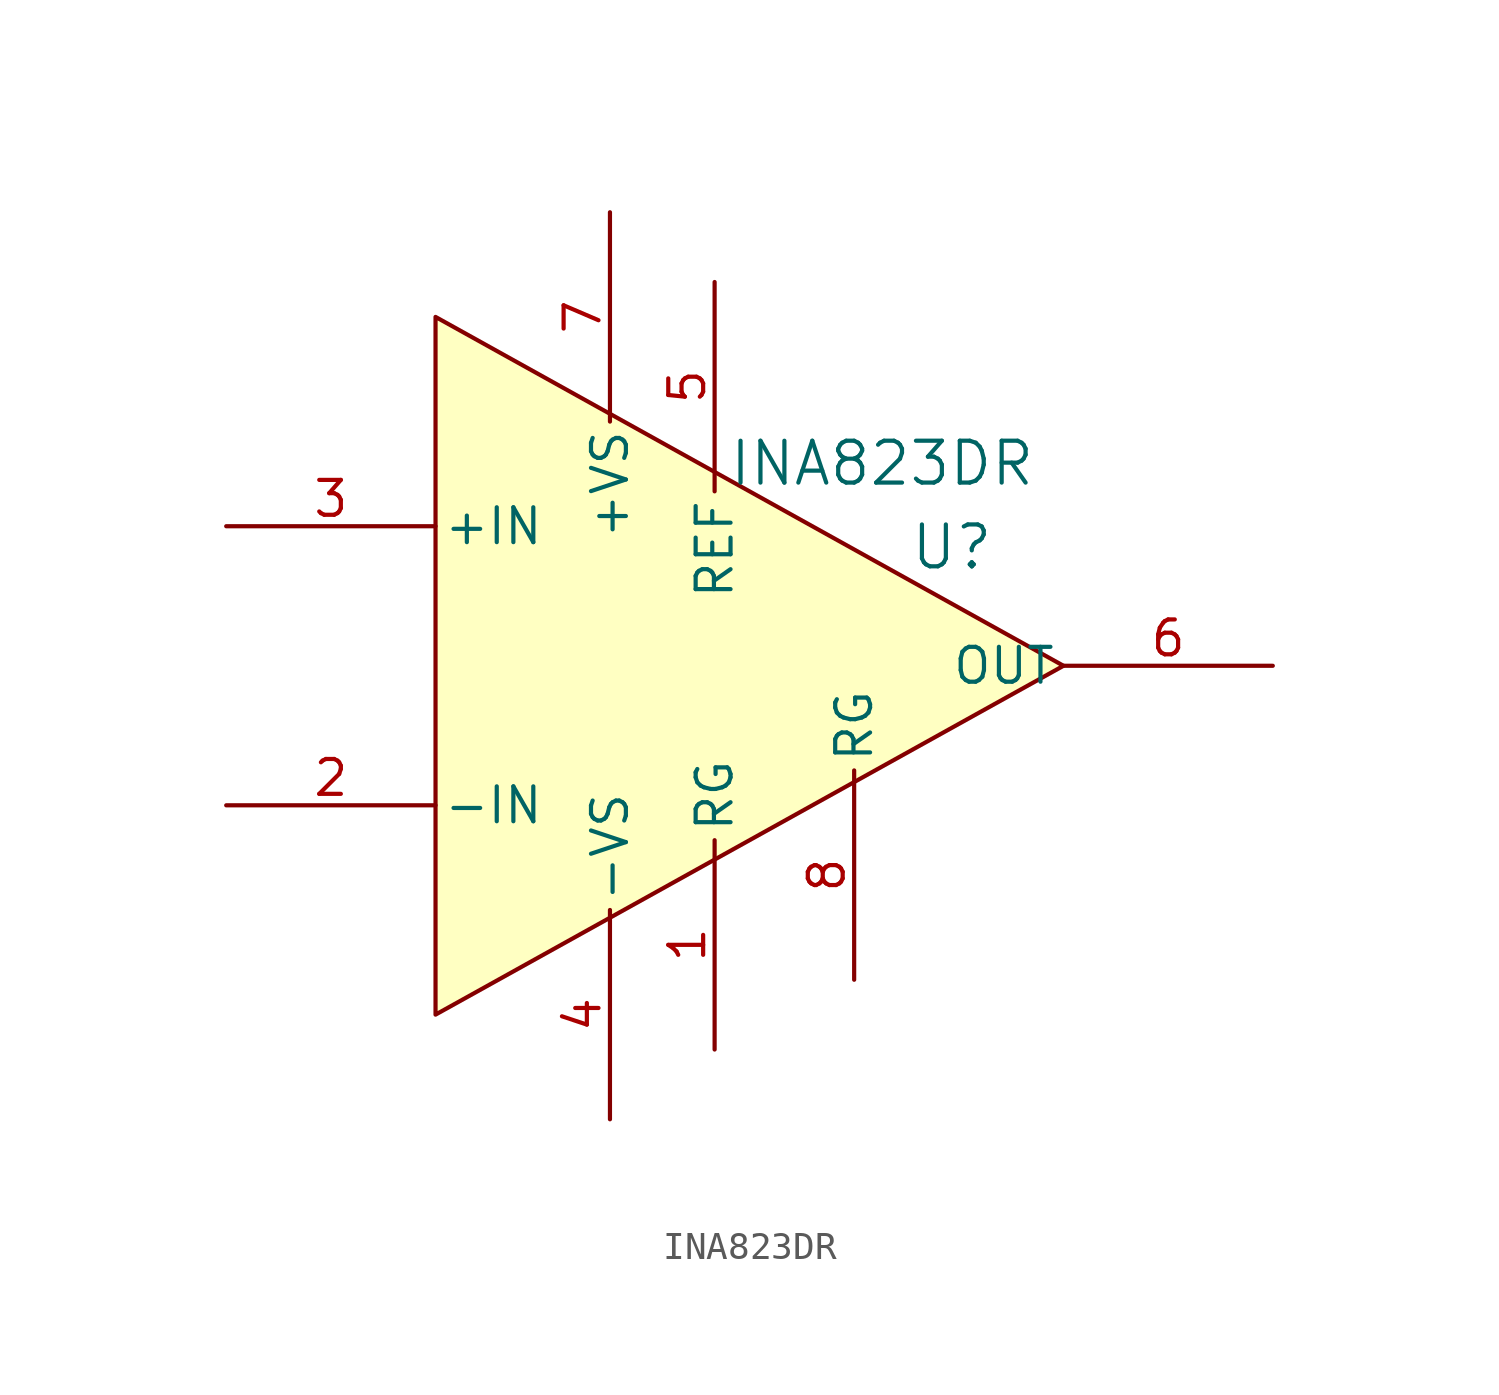
<source format=kicad_sym>
(kicad_symbol_lib
  (version 20241209)
  (generator "kicad_symbol_editor")
  (generator_version "9.0")
  (symbol "INA823DR"
    (pin_names
      (offset 0.254))
    (property "Reference" "U"
      (at 12.446 4.318 0)
      (effects (font (size 1.524 1.524))))
    (property "Value" "INA823DR"
      (at 9.906 7.366 0)
      (effects (font (size 1.524 1.524))))
    (symbol "INA823DR_0_1"
      (pin input line (at -13.97 5.08 0) (length 7.62) (name "+IN" (effects (font (size 1.27 1.27)))) (number "3" (effects (font (size 1.27 1.27)))))
      (pin input line (at -13.97 -5.08 0) (length 7.62) (name "-IN" (effects (font (size 1.27 1.27)))) (number "2" (effects (font (size 1.27 1.27)))))
      (pin power_in line (at 0 16.51 270) (length 7.62) (name "+VS" (effects (font (size 1.27 1.27)))) (number "7" (effects (font (size 1.27 1.27)))))
      (pin power_in line (at 0 -16.51 90) (length 7.62) (name "-VS" (effects (font (size 1.27 1.27)))) (number "4" (effects (font (size 1.27 1.27)))))
      (pin input line (at 3.81 13.97 270) (length 7.62) (name "REF" (effects (font (size 1.27 1.27)))) (number "5" (effects (font (size 1.27 1.27)))))
      (pin unspecified line (at 3.81 -13.97 90) (length 7.62) (name "RG" (effects (font (size 1.27 1.27)))) (number "1" (effects (font (size 1.27 1.27)))))
      (pin unspecified line (at 8.89 -11.43 90) (length 7.62) (name "RG" (effects (font (size 1.27 1.27)))) (number "8" (effects (font (size 1.27 1.27)))))
      (pin output line (at 24.13 0 180) (length 7.62) (name "OUT" (effects (font (size 1.27 1.27)))) (number "6" (effects (font (size 1.27 1.27))))))
    (symbol "INA823DR_1_1"
      (polyline (pts (xy -6.35 12.7) (xy -6.35 -12.7) (xy 16.51 0) (xy -6.35 12.7)) (stroke (width 0) (type solid)) (fill (type background))))))
</source>
